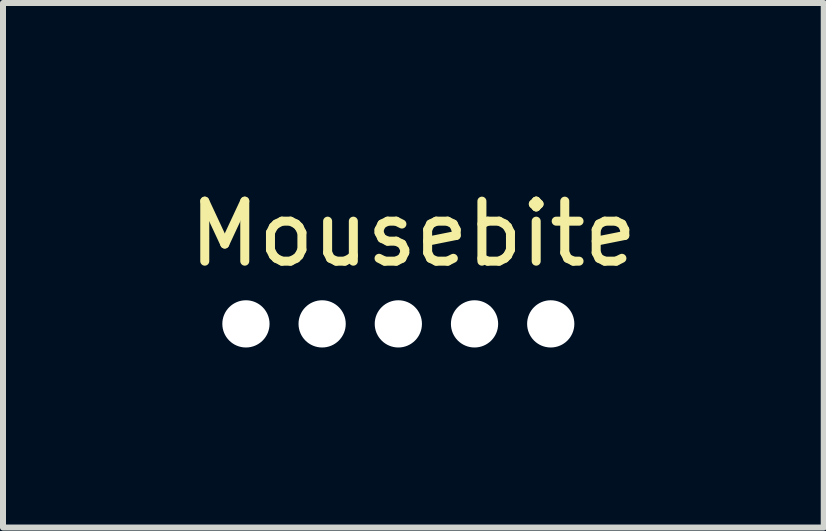
<source format=kicad_pcb>
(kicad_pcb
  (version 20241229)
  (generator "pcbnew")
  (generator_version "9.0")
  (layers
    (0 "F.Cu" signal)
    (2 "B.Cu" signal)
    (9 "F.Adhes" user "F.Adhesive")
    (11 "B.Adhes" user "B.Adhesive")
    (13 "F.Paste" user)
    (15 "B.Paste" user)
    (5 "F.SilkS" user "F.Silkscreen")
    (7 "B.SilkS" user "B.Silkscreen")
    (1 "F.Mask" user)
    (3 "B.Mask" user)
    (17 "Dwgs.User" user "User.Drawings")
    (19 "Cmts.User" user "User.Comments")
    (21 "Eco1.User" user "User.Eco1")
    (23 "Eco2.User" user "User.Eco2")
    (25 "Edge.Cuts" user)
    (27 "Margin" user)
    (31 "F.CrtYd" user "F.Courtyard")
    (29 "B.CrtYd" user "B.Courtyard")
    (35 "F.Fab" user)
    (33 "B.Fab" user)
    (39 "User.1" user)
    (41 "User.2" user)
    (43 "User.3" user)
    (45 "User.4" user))
  (footprint "Mousebite"
    (layer "F.Cu")
    (at 3.589 2.348)
    (property "Reference" "Mousebite" (at 0.25 -1.5 0) (layer "F.SilkS") (effects (font (size 1 1) (thickness 0.15))))
    (attr through_hole)
    (pad "" np_thru_hole circle (at -2.54 0) (size 0.787 0.787) (drill 0.787) (layers "*.Cu" "*.Mask"))
    (pad "" np_thru_hole circle (at -1.27 0) (size 0.787 0.787) (drill 0.787) (layers "*.Cu" "*.Mask"))
    (pad "" np_thru_hole circle (at 0 0) (size 0.787 0.787) (drill 0.787) (layers "*.Cu" "*.Mask"))
    (pad "" np_thru_hole circle (at 1.27 0) (size 0.787 0.787) (drill 0.787) (layers "*.Cu" "*.Mask"))
    (pad "" np_thru_hole circle (at 2.54 0) (size 0.787 0.787) (drill 0.787) (layers "*.Cu" "*.Mask")))
  (gr_rect
    (start -3 -3)
    (end 10.679 5.742)
    (stroke (width 0.1) (type default))
    (fill no)
    (layer "Edge.Cuts")))
</source>
